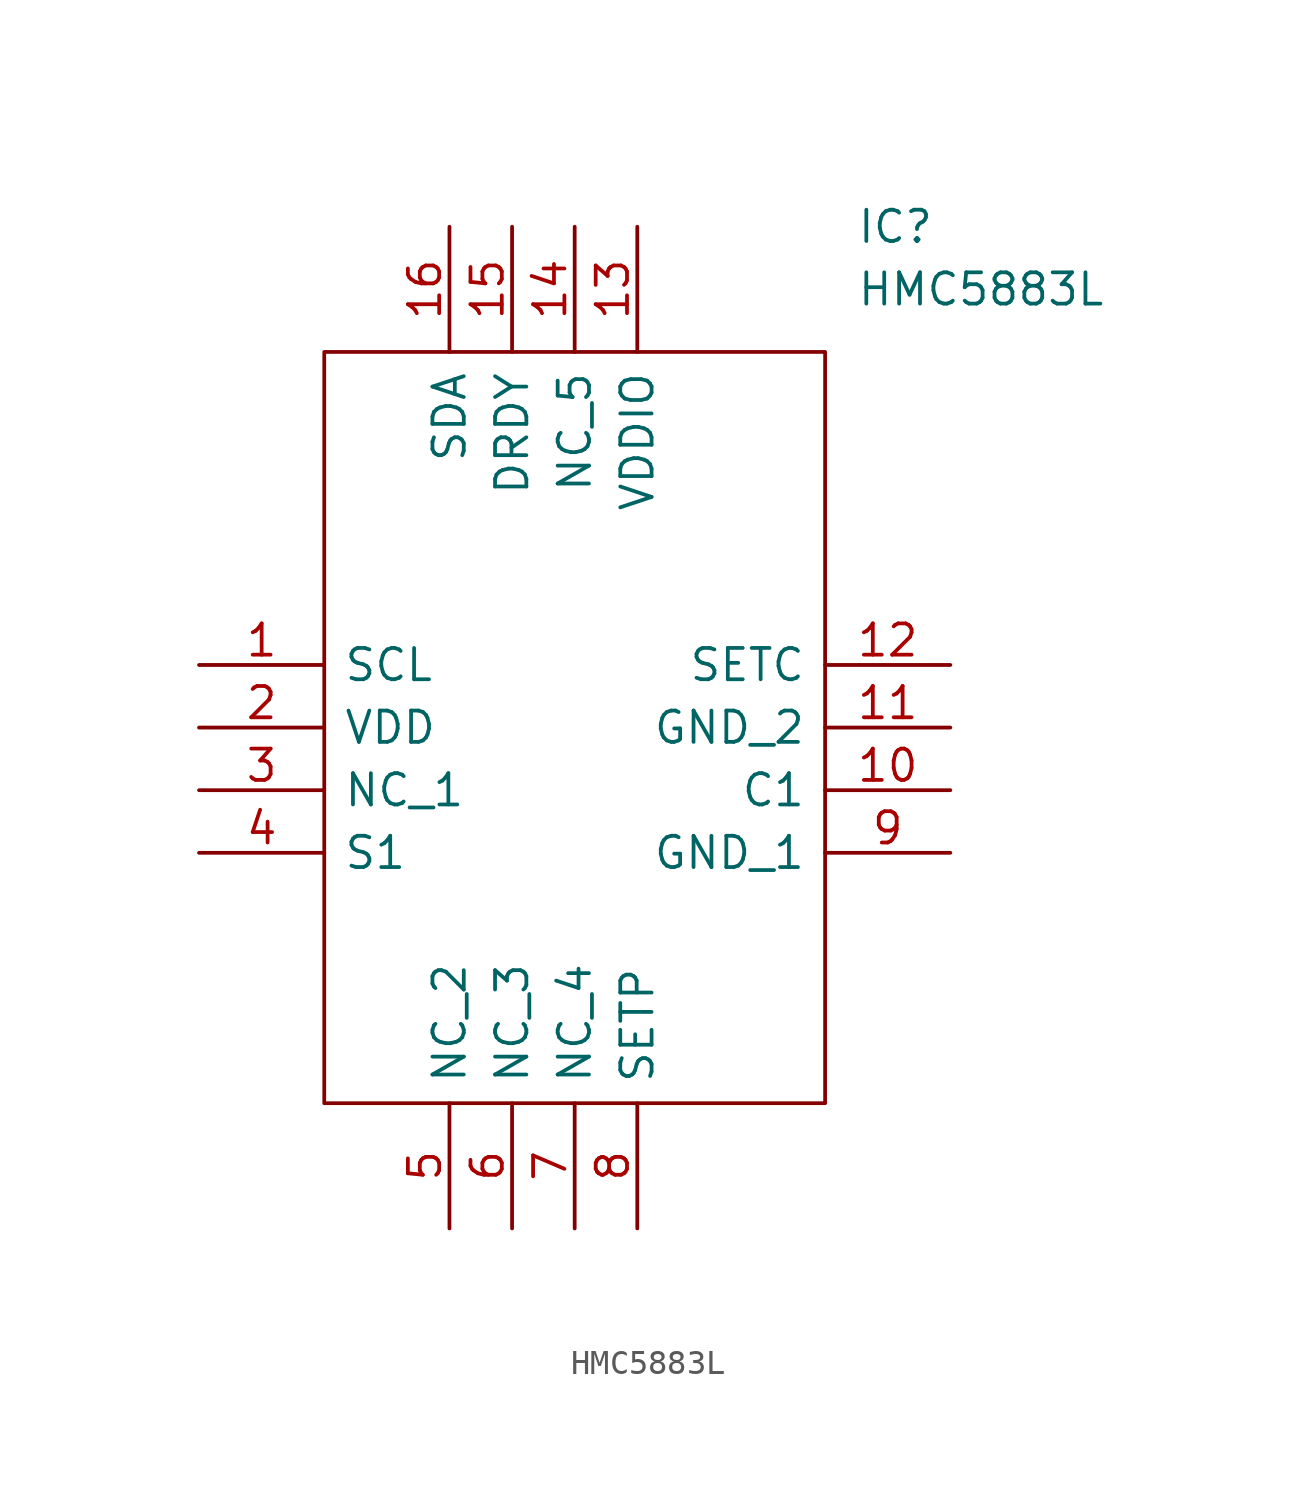
<source format=kicad_sym>
(kicad_symbol_lib
  (version 20211014)
  (generator kicad_symbol_editor)
  (symbol "HMC5883L"
    (pin_names
      (offset 0.762))
    (property "Reference" "IC"
      (at 26.67 17.78 0)
      (effects (font (size 1.27 1.27)) (justify left)))
    (property "Value" "HMC5883L"
      (at 26.67 15.24 0)
      (effects (font (size 1.27 1.27)) (justify left)))
    (symbol "HMC5883L_0_0"
      (pin passive line (at 0 0 0) (length 5.08) (name "SCL" (effects (font (size 1.27 1.27)))) (number "1" (effects (font (size 1.27 1.27)))))
      (pin passive line (at 30.48 -5.08 180) (length 5.08) (name "C1" (effects (font (size 1.27 1.27)))) (number "10" (effects (font (size 1.27 1.27)))))
      (pin passive line (at 30.48 -2.54 180) (length 5.08) (name "GND_2" (effects (font (size 1.27 1.27)))) (number "11" (effects (font (size 1.27 1.27)))))
      (pin passive line (at 30.48 0 180) (length 5.08) (name "SETC" (effects (font (size 1.27 1.27)))) (number "12" (effects (font (size 1.27 1.27)))))
      (pin passive line (at 17.78 17.78 270) (length 5.08) (name "VDDIO" (effects (font (size 1.27 1.27)))) (number "13" (effects (font (size 1.27 1.27)))))
      (pin passive line (at 15.24 17.78 270) (length 5.08) (name "NC_5" (effects (font (size 1.27 1.27)))) (number "14" (effects (font (size 1.27 1.27)))))
      (pin passive line (at 12.7 17.78 270) (length 5.08) (name "DRDY" (effects (font (size 1.27 1.27)))) (number "15" (effects (font (size 1.27 1.27)))))
      (pin passive line (at 10.16 17.78 270) (length 5.08) (name "SDA" (effects (font (size 1.27 1.27)))) (number "16" (effects (font (size 1.27 1.27)))))
      (pin passive line (at 0 -2.54 0) (length 5.08) (name "VDD" (effects (font (size 1.27 1.27)))) (number "2" (effects (font (size 1.27 1.27)))))
      (pin passive line (at 0 -5.08 0) (length 5.08) (name "NC_1" (effects (font (size 1.27 1.27)))) (number "3" (effects (font (size 1.27 1.27)))))
      (pin passive line (at 0 -7.62 0) (length 5.08) (name "S1" (effects (font (size 1.27 1.27)))) (number "4" (effects (font (size 1.27 1.27)))))
      (pin passive line (at 10.16 -22.86 90) (length 5.08) (name "NC_2" (effects (font (size 1.27 1.27)))) (number "5" (effects (font (size 1.27 1.27)))))
      (pin passive line (at 12.7 -22.86 90) (length 5.08) (name "NC_3" (effects (font (size 1.27 1.27)))) (number "6" (effects (font (size 1.27 1.27)))))
      (pin passive line (at 15.24 -22.86 90) (length 5.08) (name "NC_4" (effects (font (size 1.27 1.27)))) (number "7" (effects (font (size 1.27 1.27)))))
      (pin passive line (at 17.78 -22.86 90) (length 5.08) (name "SETP" (effects (font (size 1.27 1.27)))) (number "8" (effects (font (size 1.27 1.27)))))
      (pin passive line (at 30.48 -7.62 180) (length 5.08) (name "GND_1" (effects (font (size 1.27 1.27)))) (number "9" (effects (font (size 1.27 1.27))))))
    (symbol "HMC5883L_0_1"
      (polyline (pts (xy 5.08 12.7) (xy 25.4 12.7) (xy 25.4 -17.78) (xy 5.08 -17.78) (xy 5.08 12.7)) (stroke (width 0.152) (type default) (color 0 0 0 0)) (fill (type none))))))
</source>
